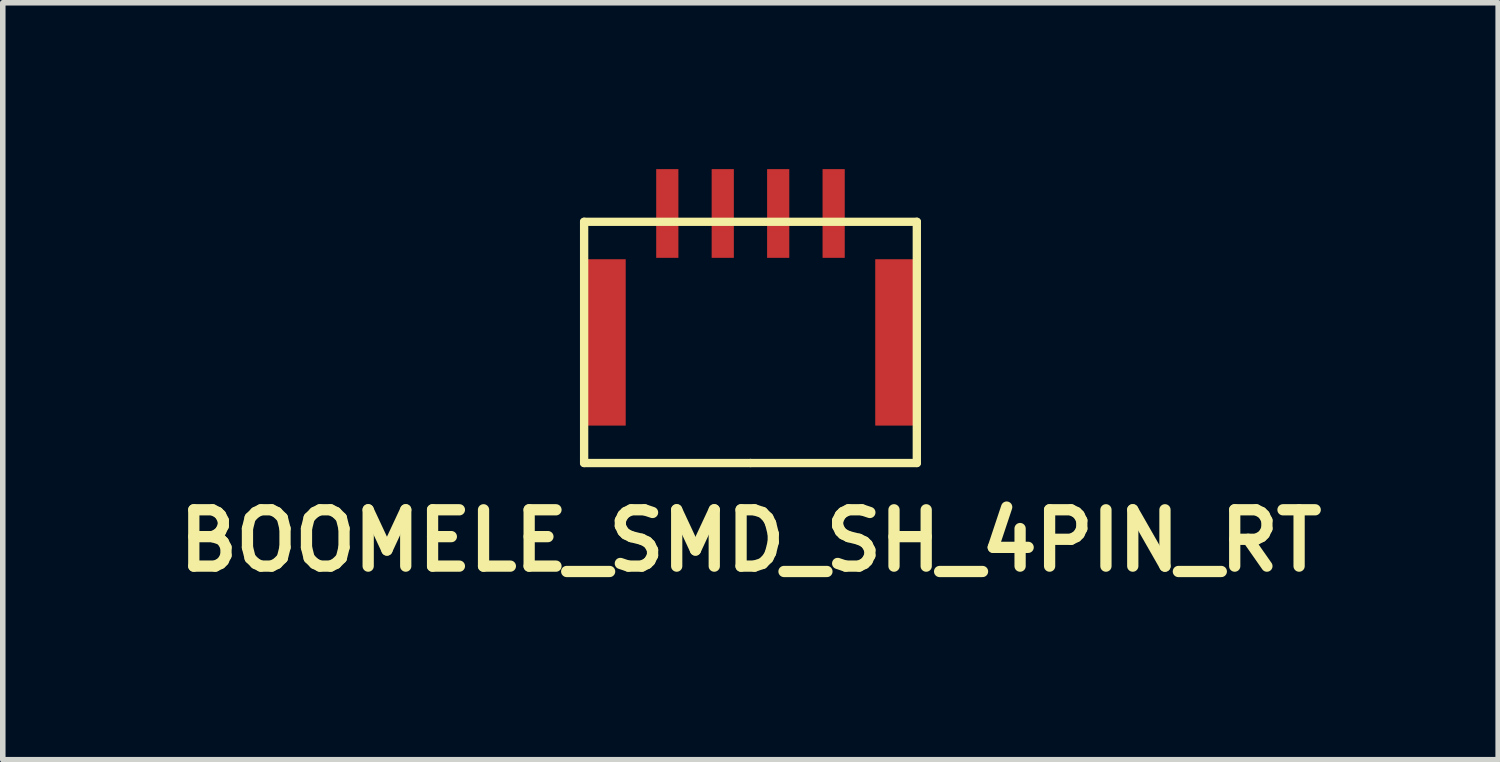
<source format=kicad_pcb>
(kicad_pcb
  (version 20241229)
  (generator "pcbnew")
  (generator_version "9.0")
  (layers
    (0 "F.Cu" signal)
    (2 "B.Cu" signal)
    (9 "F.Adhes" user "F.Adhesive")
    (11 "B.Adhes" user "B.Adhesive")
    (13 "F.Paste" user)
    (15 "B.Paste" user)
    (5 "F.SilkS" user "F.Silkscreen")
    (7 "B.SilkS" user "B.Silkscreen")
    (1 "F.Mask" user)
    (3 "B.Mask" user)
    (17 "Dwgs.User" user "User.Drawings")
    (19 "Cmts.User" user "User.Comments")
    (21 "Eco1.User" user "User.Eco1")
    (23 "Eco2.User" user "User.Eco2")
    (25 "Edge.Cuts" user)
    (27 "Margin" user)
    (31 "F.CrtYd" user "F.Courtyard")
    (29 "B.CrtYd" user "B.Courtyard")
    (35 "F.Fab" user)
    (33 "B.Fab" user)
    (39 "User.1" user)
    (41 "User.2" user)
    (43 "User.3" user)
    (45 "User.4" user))
  (footprint "BOOMELE_SMD_SH_4PIN_RT"
    (layer "F.Cu")
    (at 10.484 3.125)
    (property "Reference" "BOOMELE_SMD_SH_4PIN_RT" (at 0 3.575 0) (layer "F.SilkS") (effects (font (size 1.016 1.016) (thickness 0.203))))
    (attr smd)
    (fp_line (start -3 -2.175) (end 3 -2.175) (stroke (width 0.15) (type solid)) (layer "F.SilkS"))
    (fp_line (start -3 2.175) (end -3 -2.175) (stroke (width 0.15) (type solid)) (layer "F.SilkS"))
    (fp_line (start -3 2.175) (end 0 2.175) (stroke (width 0.15) (type solid)) (layer "F.SilkS"))
    (fp_line (start 0 2.175) (end 3 2.175) (stroke (width 0.15) (type solid)) (layer "F.SilkS"))
    (fp_line (start 3 -2.175) (end 3 2.175) (stroke (width 0.15) (type solid)) (layer "F.SilkS"))
    (pad "" smd rect (at -2.65 0) (size 0.8 3) (layers "F.Cu" "F.Mask" "F.Paste"))
    (pad "" smd rect (at 2.65 0) (size 0.8 3) (layers "F.Cu" "F.Mask" "F.Paste"))
    (pad "1" smd rect (at -1.5 -2.325) (size 0.4 1.6) (layers "F.Cu" "F.Mask" "F.Paste"))
    (pad "2" smd rect (at -0.5 -2.325) (size 0.4 1.6) (layers "F.Cu" "F.Mask" "F.Paste"))
    (pad "3" smd rect (at 0.5 -2.325) (size 0.4 1.6) (layers "F.Cu" "F.Mask" "F.Paste"))
    (pad "4" smd rect (at 1.5 -2.325) (size 0.4 1.6) (layers "F.Cu" "F.Mask" "F.Paste")))
  (gr_rect
    (start -3 -3)
    (end 23.968 10.651)
    (stroke (width 0.1) (type default))
    (fill no)
    (layer "Edge.Cuts")))
</source>
